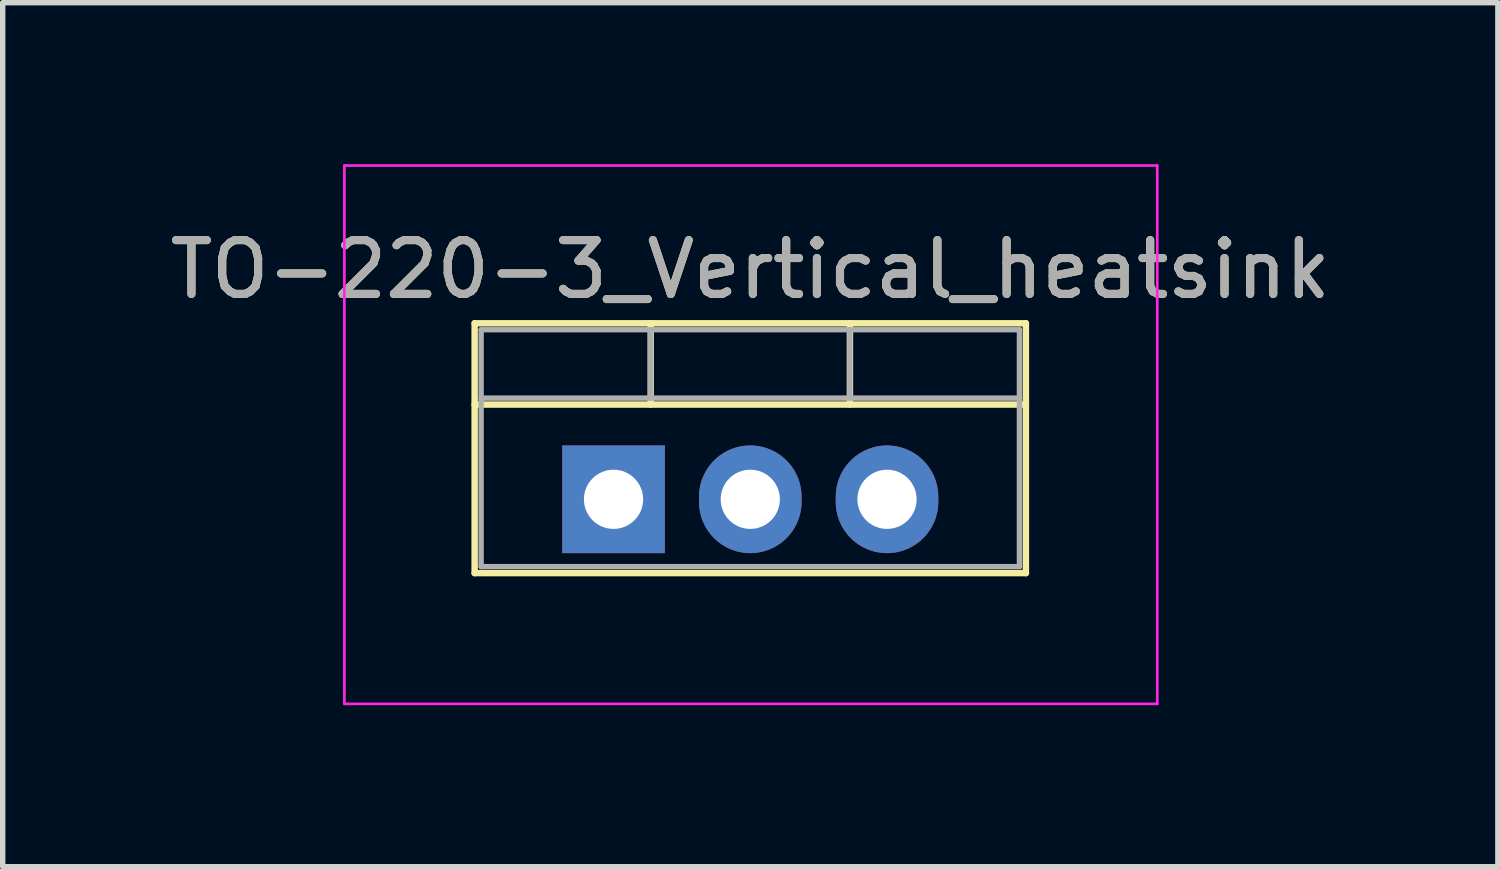
<source format=kicad_pcb>
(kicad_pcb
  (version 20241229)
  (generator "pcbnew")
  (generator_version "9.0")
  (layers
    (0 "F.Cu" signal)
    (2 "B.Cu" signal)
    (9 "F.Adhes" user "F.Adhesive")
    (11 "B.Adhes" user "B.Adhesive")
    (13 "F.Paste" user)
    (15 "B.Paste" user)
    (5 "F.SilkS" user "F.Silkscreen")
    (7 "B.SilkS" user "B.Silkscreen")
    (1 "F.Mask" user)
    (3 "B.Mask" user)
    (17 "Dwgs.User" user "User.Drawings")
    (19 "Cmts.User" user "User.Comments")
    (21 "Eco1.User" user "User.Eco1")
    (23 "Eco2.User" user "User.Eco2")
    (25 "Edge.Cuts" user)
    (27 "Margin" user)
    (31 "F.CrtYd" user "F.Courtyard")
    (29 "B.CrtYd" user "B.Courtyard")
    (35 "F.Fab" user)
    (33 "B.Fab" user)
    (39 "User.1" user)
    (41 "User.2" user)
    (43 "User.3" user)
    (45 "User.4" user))
  (footprint "TO-220-3_Vertical_heatsink"
    (layer "F.Cu")
    (at 8.347 6.225)
    (property "Reference" "TO-220-3_Vertical_heatsink" (at 2.54 -4.27 0) (layer "F.SilkS") (effects (font (size 1 1) (thickness 0.15))))
    (attr through_hole)
    (fp_line (start -2.58 -3.27) (end -2.58 1.371) (stroke (width 0.12) (type solid)) (layer "F.SilkS"))
    (fp_line (start -2.58 -3.27) (end 7.66 -3.27) (stroke (width 0.12) (type solid)) (layer "F.SilkS"))
    (fp_line (start -2.58 -1.76) (end 7.66 -1.76) (stroke (width 0.12) (type solid)) (layer "F.SilkS"))
    (fp_line (start -2.58 1.371) (end 7.66 1.371) (stroke (width 0.12) (type solid)) (layer "F.SilkS"))
    (fp_line (start 0.69 -3.27) (end 0.69 -1.76) (stroke (width 0.12) (type solid)) (layer "F.SilkS"))
    (fp_line (start 4.391 -3.27) (end 4.391 -1.76) (stroke (width 0.12) (type solid)) (layer "F.SilkS"))
    (fp_line (start 7.66 -3.27) (end 7.66 1.371) (stroke (width 0.12) (type solid)) (layer "F.SilkS"))
    (fp_line (start -5 -6.2) (end -5 3.8) (stroke (width 0.05) (type solid)) (layer "F.CrtYd"))
    (fp_line (start -5 3.8) (end 10.1 3.8) (stroke (width 0.05) (type solid)) (layer "F.CrtYd"))
    (fp_line (start 10.1 -6.2) (end -5 -6.2) (stroke (width 0.05) (type solid)) (layer "F.CrtYd"))
    (fp_line (start 10.1 3.8) (end 10.1 -6.2) (stroke (width 0.05) (type solid)) (layer "F.CrtYd"))
    (fp_line (start -2.46 -3.15) (end -2.46 1.25) (stroke (width 0.1) (type solid)) (layer "F.Fab"))
    (fp_line (start -2.46 -1.88) (end 7.54 -1.88) (stroke (width 0.1) (type solid)) (layer "F.Fab"))
    (fp_line (start -2.46 1.25) (end 7.54 1.25) (stroke (width 0.1) (type solid)) (layer "F.Fab"))
    (fp_line (start 0.69 -3.15) (end 0.69 -1.88) (stroke (width 0.1) (type solid)) (layer "F.Fab"))
    (fp_line (start 4.39 -3.15) (end 4.39 -1.88) (stroke (width 0.1) (type solid)) (layer "F.Fab"))
    (fp_line (start 7.54 -3.15) (end -2.46 -3.15) (stroke (width 0.1) (type solid)) (layer "F.Fab"))
    (fp_line (start 7.54 1.25) (end 7.54 -3.15) (stroke (width 0.1) (type solid)) (layer "F.Fab"))
    (fp_text user "${REFERENCE}" (at 2.54 -4.27 0) (layer "F.Fab") (effects (font (size 1 1) (thickness 0.15))))
    (pad "1" thru_hole rect (at 0 0) (size 1.905 2) (drill 1.1) (layers "*.Cu" "*.Mask"))
    (pad "2" thru_hole oval (at 2.54 0) (size 1.905 2) (drill 1.1) (layers "*.Cu" "*.Mask"))
    (pad "3" thru_hole oval (at 5.08 0) (size 1.905 2) (drill 1.1) (layers "*.Cu" "*.Mask")))
  (gr_rect
    (start -3 -3)
    (end 24.774 13.05)
    (stroke (width 0.1) (type default))
    (fill no)
    (layer "Edge.Cuts")))
</source>
